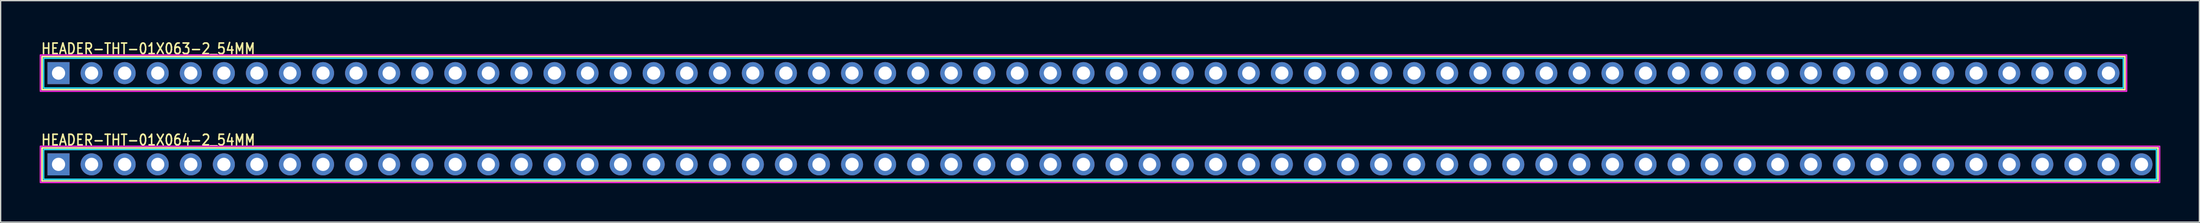
<source format=kicad_pcb>
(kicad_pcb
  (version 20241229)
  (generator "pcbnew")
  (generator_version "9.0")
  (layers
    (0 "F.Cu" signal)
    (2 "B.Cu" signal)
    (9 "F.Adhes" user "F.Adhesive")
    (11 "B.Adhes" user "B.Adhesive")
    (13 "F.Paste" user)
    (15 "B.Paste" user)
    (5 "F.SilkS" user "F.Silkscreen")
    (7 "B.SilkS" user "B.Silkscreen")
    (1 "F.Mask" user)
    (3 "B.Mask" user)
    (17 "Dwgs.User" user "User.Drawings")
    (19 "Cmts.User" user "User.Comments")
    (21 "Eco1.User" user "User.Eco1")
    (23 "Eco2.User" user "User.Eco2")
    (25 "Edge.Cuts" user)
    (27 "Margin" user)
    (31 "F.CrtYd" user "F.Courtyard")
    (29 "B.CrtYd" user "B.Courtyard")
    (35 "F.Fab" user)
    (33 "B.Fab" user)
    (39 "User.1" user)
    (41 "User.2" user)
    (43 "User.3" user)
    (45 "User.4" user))
  (footprint "HEADER-THT-01X064-2_54MM"
    (layer "F.Cu")
    (at 1.447 9.604)
    (property "Reference" "HEADER-THT-01X064-2_54MM" (at -1.4 -1.4 0) (unlocked yes) (layer "F.SilkS") (effects (font (size 0.813 0.695) (thickness 0.122)) (justify left bottom)))
    (fp_line (start -1.27 -1.27) (end -1.27 1.27) (stroke (width 0.127) (type solid)) (layer "F.SilkS"))
    (fp_line (start -1.27 1.27) (end 161.29 1.27) (stroke (width 0.127) (type solid)) (layer "F.SilkS"))
    (fp_line (start 161.29 -1.27) (end -1.27 -1.27) (stroke (width 0.127) (type solid)) (layer "F.SilkS"))
    (fp_line (start 161.29 1.27) (end 161.29 -1.27) (stroke (width 0.127) (type solid)) (layer "F.SilkS"))
    (fp_poly (pts (xy -1.143 -1.143) (xy 161.163 -1.143) (xy 161.163 1.143) (xy -1.143 1.143)) (stroke (width 0.1) (type solid)) (fill no) (layer "B.CrtYd"))
    (fp_poly (pts (xy -1.397 -1.397) (xy 161.417 -1.397) (xy 161.417 1.397) (xy -1.397 1.397)) (stroke (width 0.1) (type solid)) (fill no) (layer "F.CrtYd"))
    (pad "P$1" thru_hole rect (at 0 0) (size 1.693 1.693) (drill 1.016) (layers "*.Cu" "*.Mask"))
    (pad "P$2" thru_hole oval (at 2.54 0) (size 1.693 1.693) (drill 1.016) (layers "*.Cu" "*.Mask"))
    (pad "P$3" thru_hole oval (at 5.08 0) (size 1.693 1.693) (drill 1.016) (layers "*.Cu" "*.Mask"))
    (pad "P$4" thru_hole oval (at 7.62 0) (size 1.693 1.693) (drill 1.016) (layers "*.Cu" "*.Mask"))
    (pad "P$5" thru_hole oval (at 10.16 0) (size 1.693 1.693) (drill 1.016) (layers "*.Cu" "*.Mask"))
    (pad "P$6" thru_hole oval (at 12.7 0) (size 1.693 1.693) (drill 1.016) (layers "*.Cu" "*.Mask"))
    (pad "P$7" thru_hole oval (at 15.24 0) (size 1.693 1.693) (drill 1.016) (layers "*.Cu" "*.Mask"))
    (pad "P$8" thru_hole oval (at 17.78 0) (size 1.693 1.693) (drill 1.016) (layers "*.Cu" "*.Mask"))
    (pad "P$9" thru_hole oval (at 20.32 0) (size 1.693 1.693) (drill 1.016) (layers "*.Cu" "*.Mask"))
    (pad "P$10" thru_hole oval (at 22.86 0) (size 1.693 1.693) (drill 1.016) (layers "*.Cu" "*.Mask"))
    (pad "P$11" thru_hole oval (at 25.4 0) (size 1.693 1.693) (drill 1.016) (layers "*.Cu" "*.Mask"))
    (pad "P$12" thru_hole oval (at 27.94 0) (size 1.693 1.693) (drill 1.016) (layers "*.Cu" "*.Mask"))
    (pad "P$13" thru_hole oval (at 30.48 0) (size 1.693 1.693) (drill 1.016) (layers "*.Cu" "*.Mask"))
    (pad "P$14" thru_hole oval (at 33.02 0) (size 1.693 1.693) (drill 1.016) (layers "*.Cu" "*.Mask"))
    (pad "P$15" thru_hole oval (at 35.56 0) (size 1.693 1.693) (drill 1.016) (layers "*.Cu" "*.Mask"))
    (pad "P$16" thru_hole oval (at 38.1 0) (size 1.693 1.693) (drill 1.016) (layers "*.Cu" "*.Mask"))
    (pad "P$17" thru_hole oval (at 40.64 0) (size 1.693 1.693) (drill 1.016) (layers "*.Cu" "*.Mask"))
    (pad "P$18" thru_hole oval (at 43.18 0) (size 1.693 1.693) (drill 1.016) (layers "*.Cu" "*.Mask"))
    (pad "P$19" thru_hole oval (at 45.72 0) (size 1.693 1.693) (drill 1.016) (layers "*.Cu" "*.Mask"))
    (pad "P$20" thru_hole oval (at 48.26 0) (size 1.693 1.693) (drill 1.016) (layers "*.Cu" "*.Mask"))
    (pad "P$21" thru_hole oval (at 50.8 0) (size 1.693 1.693) (drill 1.016) (layers "*.Cu" "*.Mask"))
    (pad "P$22" thru_hole oval (at 53.34 0) (size 1.693 1.693) (drill 1.016) (layers "*.Cu" "*.Mask"))
    (pad "P$23" thru_hole oval (at 55.88 0) (size 1.693 1.693) (drill 1.016) (layers "*.Cu" "*.Mask"))
    (pad "P$24" thru_hole oval (at 58.42 0) (size 1.693 1.693) (drill 1.016) (layers "*.Cu" "*.Mask"))
    (pad "P$25" thru_hole oval (at 60.96 0) (size 1.693 1.693) (drill 1.016) (layers "*.Cu" "*.Mask"))
    (pad "P$26" thru_hole oval (at 63.5 0) (size 1.693 1.693) (drill 1.016) (layers "*.Cu" "*.Mask"))
    (pad "P$27" thru_hole oval (at 66.04 0) (size 1.693 1.693) (drill 1.016) (layers "*.Cu" "*.Mask"))
    (pad "P$28" thru_hole oval (at 68.58 0) (size 1.693 1.693) (drill 1.016) (layers "*.Cu" "*.Mask"))
    (pad "P$29" thru_hole oval (at 71.12 0) (size 1.693 1.693) (drill 1.016) (layers "*.Cu" "*.Mask"))
    (pad "P$30" thru_hole oval (at 73.66 0) (size 1.693 1.693) (drill 1.016) (layers "*.Cu" "*.Mask"))
    (pad "P$31" thru_hole oval (at 76.2 0) (size 1.693 1.693) (drill 1.016) (layers "*.Cu" "*.Mask"))
    (pad "P$32" thru_hole oval (at 78.74 0) (size 1.693 1.693) (drill 1.016) (layers "*.Cu" "*.Mask"))
    (pad "P$33" thru_hole oval (at 81.28 0) (size 1.693 1.693) (drill 1.016) (layers "*.Cu" "*.Mask"))
    (pad "P$34" thru_hole oval (at 83.82 0) (size 1.693 1.693) (drill 1.016) (layers "*.Cu" "*.Mask"))
    (pad "P$35" thru_hole oval (at 86.36 0) (size 1.693 1.693) (drill 1.016) (layers "*.Cu" "*.Mask"))
    (pad "P$36" thru_hole oval (at 88.9 0) (size 1.693 1.693) (drill 1.016) (layers "*.Cu" "*.Mask"))
    (pad "P$37" thru_hole oval (at 91.44 0) (size 1.693 1.693) (drill 1.016) (layers "*.Cu" "*.Mask"))
    (pad "P$38" thru_hole oval (at 93.98 0) (size 1.693 1.693) (drill 1.016) (layers "*.Cu" "*.Mask"))
    (pad "P$39" thru_hole oval (at 96.52 0) (size 1.693 1.693) (drill 1.016) (layers "*.Cu" "*.Mask"))
    (pad "P$40" thru_hole oval (at 99.06 0) (size 1.693 1.693) (drill 1.016) (layers "*.Cu" "*.Mask"))
    (pad "P$41" thru_hole oval (at 101.6 0) (size 1.693 1.693) (drill 1.016) (layers "*.Cu" "*.Mask"))
    (pad "P$42" thru_hole oval (at 104.14 0) (size 1.693 1.693) (drill 1.016) (layers "*.Cu" "*.Mask"))
    (pad "P$43" thru_hole oval (at 106.68 0) (size 1.693 1.693) (drill 1.016) (layers "*.Cu" "*.Mask"))
    (pad "P$44" thru_hole oval (at 109.22 0) (size 1.693 1.693) (drill 1.016) (layers "*.Cu" "*.Mask"))
    (pad "P$45" thru_hole oval (at 111.76 0) (size 1.693 1.693) (drill 1.016) (layers "*.Cu" "*.Mask"))
    (pad "P$46" thru_hole oval (at 114.3 0) (size 1.693 1.693) (drill 1.016) (layers "*.Cu" "*.Mask"))
    (pad "P$47" thru_hole oval (at 116.84 0) (size 1.693 1.693) (drill 1.016) (layers "*.Cu" "*.Mask"))
    (pad "P$48" thru_hole oval (at 119.38 0) (size 1.693 1.693) (drill 1.016) (layers "*.Cu" "*.Mask"))
    (pad "P$49" thru_hole oval (at 121.92 0) (size 1.693 1.693) (drill 1.016) (layers "*.Cu" "*.Mask"))
    (pad "P$50" thru_hole oval (at 124.46 0) (size 1.693 1.693) (drill 1.016) (layers "*.Cu" "*.Mask"))
    (pad "P$51" thru_hole oval (at 127 0) (size 1.693 1.693) (drill 1.016) (layers "*.Cu" "*.Mask"))
    (pad "P$52" thru_hole oval (at 129.54 0) (size 1.693 1.693) (drill 1.016) (layers "*.Cu" "*.Mask"))
    (pad "P$53" thru_hole oval (at 132.08 0) (size 1.693 1.693) (drill 1.016) (layers "*.Cu" "*.Mask"))
    (pad "P$54" thru_hole oval (at 134.62 0) (size 1.693 1.693) (drill 1.016) (layers "*.Cu" "*.Mask"))
    (pad "P$55" thru_hole oval (at 137.16 0) (size 1.693 1.693) (drill 1.016) (layers "*.Cu" "*.Mask"))
    (pad "P$56" thru_hole oval (at 139.7 0) (size 1.693 1.693) (drill 1.016) (layers "*.Cu" "*.Mask"))
    (pad "P$57" thru_hole oval (at 142.24 0) (size 1.693 1.693) (drill 1.016) (layers "*.Cu" "*.Mask"))
    (pad "P$58" thru_hole oval (at 144.78 0) (size 1.693 1.693) (drill 1.016) (layers "*.Cu" "*.Mask"))
    (pad "P$59" thru_hole oval (at 147.32 0) (size 1.693 1.693) (drill 1.016) (layers "*.Cu" "*.Mask"))
    (pad "P$60" thru_hole oval (at 149.86 0) (size 1.693 1.693) (drill 1.016) (layers "*.Cu" "*.Mask"))
    (pad "P$61" thru_hole oval (at 152.4 0) (size 1.693 1.693) (drill 1.016) (layers "*.Cu" "*.Mask"))
    (pad "P$62" thru_hole oval (at 154.94 0) (size 1.693 1.693) (drill 1.016) (layers "*.Cu" "*.Mask"))
    (pad "P$63" thru_hole oval (at 157.48 0) (size 1.693 1.693) (drill 1.016) (layers "*.Cu" "*.Mask"))
    (pad "P$64" thru_hole oval (at 160.02 0) (size 1.693 1.693) (drill 1.016) (layers "*.Cu" "*.Mask")))
  (footprint "HEADER-THT-01X063-2_54MM"
    (layer "F.Cu")
    (at 1.447 2.579)
    (property "Reference" "HEADER-THT-01X063-2_54MM" (at -1.4 -1.4 0) (unlocked yes) (layer "F.SilkS") (effects (font (size 0.813 0.695) (thickness 0.122)) (justify left bottom)))
    (fp_line (start -1.27 -1.27) (end -1.27 1.27) (stroke (width 0.127) (type solid)) (layer "F.SilkS"))
    (fp_line (start -1.27 1.27) (end 158.75 1.27) (stroke (width 0.127) (type solid)) (layer "F.SilkS"))
    (fp_line (start 158.75 -1.27) (end -1.27 -1.27) (stroke (width 0.127) (type solid)) (layer "F.SilkS"))
    (fp_line (start 158.75 1.27) (end 158.75 -1.27) (stroke (width 0.127) (type solid)) (layer "F.SilkS"))
    (fp_poly (pts (xy -1.143 -1.143) (xy 158.623 -1.143) (xy 158.623 1.143) (xy -1.143 1.143)) (stroke (width 0.1) (type solid)) (fill no) (layer "B.CrtYd"))
    (fp_poly (pts (xy -1.397 -1.397) (xy 158.877 -1.397) (xy 158.877 1.397) (xy -1.397 1.397)) (stroke (width 0.1) (type solid)) (fill no) (layer "F.CrtYd"))
    (pad "1" thru_hole rect (at 0 0) (size 1.693 1.693) (drill 1.016) (layers "*.Cu" "*.Mask"))
    (pad "2" thru_hole oval (at 2.54 0) (size 1.693 1.693) (drill 1.016) (layers "*.Cu" "*.Mask"))
    (pad "3" thru_hole oval (at 5.08 0) (size 1.693 1.693) (drill 1.016) (layers "*.Cu" "*.Mask"))
    (pad "4" thru_hole oval (at 7.62 0) (size 1.693 1.693) (drill 1.016) (layers "*.Cu" "*.Mask"))
    (pad "5" thru_hole oval (at 10.16 0) (size 1.693 1.693) (drill 1.016) (layers "*.Cu" "*.Mask"))
    (pad "6" thru_hole oval (at 12.7 0) (size 1.693 1.693) (drill 1.016) (layers "*.Cu" "*.Mask"))
    (pad "7" thru_hole oval (at 15.24 0) (size 1.693 1.693) (drill 1.016) (layers "*.Cu" "*.Mask"))
    (pad "8" thru_hole oval (at 17.78 0) (size 1.693 1.693) (drill 1.016) (layers "*.Cu" "*.Mask"))
    (pad "9" thru_hole oval (at 20.32 0) (size 1.693 1.693) (drill 1.016) (layers "*.Cu" "*.Mask"))
    (pad "10" thru_hole oval (at 22.86 0) (size 1.693 1.693) (drill 1.016) (layers "*.Cu" "*.Mask"))
    (pad "11" thru_hole oval (at 25.4 0) (size 1.693 1.693) (drill 1.016) (layers "*.Cu" "*.Mask"))
    (pad "12" thru_hole oval (at 27.94 0) (size 1.693 1.693) (drill 1.016) (layers "*.Cu" "*.Mask"))
    (pad "13" thru_hole oval (at 30.48 0) (size 1.693 1.693) (drill 1.016) (layers "*.Cu" "*.Mask"))
    (pad "14" thru_hole oval (at 33.02 0) (size 1.693 1.693) (drill 1.016) (layers "*.Cu" "*.Mask"))
    (pad "15" thru_hole oval (at 35.56 0) (size 1.693 1.693) (drill 1.016) (layers "*.Cu" "*.Mask"))
    (pad "16" thru_hole oval (at 38.1 0) (size 1.693 1.693) (drill 1.016) (layers "*.Cu" "*.Mask"))
    (pad "17" thru_hole oval (at 40.64 0) (size 1.693 1.693) (drill 1.016) (layers "*.Cu" "*.Mask"))
    (pad "18" thru_hole oval (at 43.18 0) (size 1.693 1.693) (drill 1.016) (layers "*.Cu" "*.Mask"))
    (pad "19" thru_hole oval (at 45.72 0) (size 1.693 1.693) (drill 1.016) (layers "*.Cu" "*.Mask"))
    (pad "20" thru_hole oval (at 48.26 0) (size 1.693 1.693) (drill 1.016) (layers "*.Cu" "*.Mask"))
    (pad "21" thru_hole oval (at 50.8 0) (size 1.693 1.693) (drill 1.016) (layers "*.Cu" "*.Mask"))
    (pad "22" thru_hole oval (at 53.34 0) (size 1.693 1.693) (drill 1.016) (layers "*.Cu" "*.Mask"))
    (pad "23" thru_hole oval (at 55.88 0) (size 1.693 1.693) (drill 1.016) (layers "*.Cu" "*.Mask"))
    (pad "24" thru_hole oval (at 58.42 0) (size 1.693 1.693) (drill 1.016) (layers "*.Cu" "*.Mask"))
    (pad "25" thru_hole oval (at 60.96 0) (size 1.693 1.693) (drill 1.016) (layers "*.Cu" "*.Mask"))
    (pad "26" thru_hole oval (at 63.5 0) (size 1.693 1.693) (drill 1.016) (layers "*.Cu" "*.Mask"))
    (pad "27" thru_hole oval (at 66.04 0) (size 1.693 1.693) (drill 1.016) (layers "*.Cu" "*.Mask"))
    (pad "28" thru_hole oval (at 68.58 0) (size 1.693 1.693) (drill 1.016) (layers "*.Cu" "*.Mask"))
    (pad "29" thru_hole oval (at 71.12 0) (size 1.693 1.693) (drill 1.016) (layers "*.Cu" "*.Mask"))
    (pad "30" thru_hole oval (at 73.66 0) (size 1.693 1.693) (drill 1.016) (layers "*.Cu" "*.Mask"))
    (pad "31" thru_hole oval (at 76.2 0) (size 1.693 1.693) (drill 1.016) (layers "*.Cu" "*.Mask"))
    (pad "32" thru_hole oval (at 78.74 0) (size 1.693 1.693) (drill 1.016) (layers "*.Cu" "*.Mask"))
    (pad "33" thru_hole oval (at 81.28 0) (size 1.693 1.693) (drill 1.016) (layers "*.Cu" "*.Mask"))
    (pad "34" thru_hole oval (at 83.82 0) (size 1.693 1.693) (drill 1.016) (layers "*.Cu" "*.Mask"))
    (pad "35" thru_hole oval (at 86.36 0) (size 1.693 1.693) (drill 1.016) (layers "*.Cu" "*.Mask"))
    (pad "36" thru_hole oval (at 88.9 0) (size 1.693 1.693) (drill 1.016) (layers "*.Cu" "*.Mask"))
    (pad "37" thru_hole oval (at 91.44 0) (size 1.693 1.693) (drill 1.016) (layers "*.Cu" "*.Mask"))
    (pad "38" thru_hole oval (at 93.98 0) (size 1.693 1.693) (drill 1.016) (layers "*.Cu" "*.Mask"))
    (pad "39" thru_hole oval (at 96.52 0) (size 1.693 1.693) (drill 1.016) (layers "*.Cu" "*.Mask"))
    (pad "40" thru_hole oval (at 99.06 0) (size 1.693 1.693) (drill 1.016) (layers "*.Cu" "*.Mask"))
    (pad "41" thru_hole oval (at 101.6 0) (size 1.693 1.693) (drill 1.016) (layers "*.Cu" "*.Mask"))
    (pad "42" thru_hole oval (at 104.14 0) (size 1.693 1.693) (drill 1.016) (layers "*.Cu" "*.Mask"))
    (pad "43" thru_hole oval (at 106.68 0) (size 1.693 1.693) (drill 1.016) (layers "*.Cu" "*.Mask"))
    (pad "44" thru_hole oval (at 109.22 0) (size 1.693 1.693) (drill 1.016) (layers "*.Cu" "*.Mask"))
    (pad "45" thru_hole oval (at 111.76 0) (size 1.693 1.693) (drill 1.016) (layers "*.Cu" "*.Mask"))
    (pad "46" thru_hole oval (at 114.3 0) (size 1.693 1.693) (drill 1.016) (layers "*.Cu" "*.Mask"))
    (pad "47" thru_hole oval (at 116.84 0) (size 1.693 1.693) (drill 1.016) (layers "*.Cu" "*.Mask"))
    (pad "48" thru_hole oval (at 119.38 0) (size 1.693 1.693) (drill 1.016) (layers "*.Cu" "*.Mask"))
    (pad "49" thru_hole oval (at 121.92 0) (size 1.693 1.693) (drill 1.016) (layers "*.Cu" "*.Mask"))
    (pad "50" thru_hole oval (at 124.46 0) (size 1.693 1.693) (drill 1.016) (layers "*.Cu" "*.Mask"))
    (pad "51" thru_hole oval (at 127 0) (size 1.693 1.693) (drill 1.016) (layers "*.Cu" "*.Mask"))
    (pad "52" thru_hole oval (at 129.54 0) (size 1.693 1.693) (drill 1.016) (layers "*.Cu" "*.Mask"))
    (pad "53" thru_hole oval (at 132.08 0) (size 1.693 1.693) (drill 1.016) (layers "*.Cu" "*.Mask"))
    (pad "54" thru_hole oval (at 134.62 0) (size 1.693 1.693) (drill 1.016) (layers "*.Cu" "*.Mask"))
    (pad "55" thru_hole oval (at 137.16 0) (size 1.693 1.693) (drill 1.016) (layers "*.Cu" "*.Mask"))
    (pad "56" thru_hole oval (at 139.7 0) (size 1.693 1.693) (drill 1.016) (layers "*.Cu" "*.Mask"))
    (pad "57" thru_hole oval (at 142.24 0) (size 1.693 1.693) (drill 1.016) (layers "*.Cu" "*.Mask"))
    (pad "58" thru_hole oval (at 144.78 0) (size 1.693 1.693) (drill 1.016) (layers "*.Cu" "*.Mask"))
    (pad "59" thru_hole oval (at 147.32 0) (size 1.693 1.693) (drill 1.016) (layers "*.Cu" "*.Mask"))
    (pad "60" thru_hole oval (at 149.86 0) (size 1.693 1.693) (drill 1.016) (layers "*.Cu" "*.Mask"))
    (pad "61" thru_hole oval (at 152.4 0) (size 1.693 1.693) (drill 1.016) (layers "*.Cu" "*.Mask"))
    (pad "62" thru_hole oval (at 154.94 0) (size 1.693 1.693) (drill 1.016) (layers "*.Cu" "*.Mask"))
    (pad "63" thru_hole oval (at 157.48 0) (size 1.693 1.693) (drill 1.016) (layers "*.Cu" "*.Mask")))
  (gr_rect
    (start -3 -3)
    (end 165.914 14.051)
    (stroke (width 0.1) (type default))
    (fill no)
    (layer "Edge.Cuts")))
</source>
